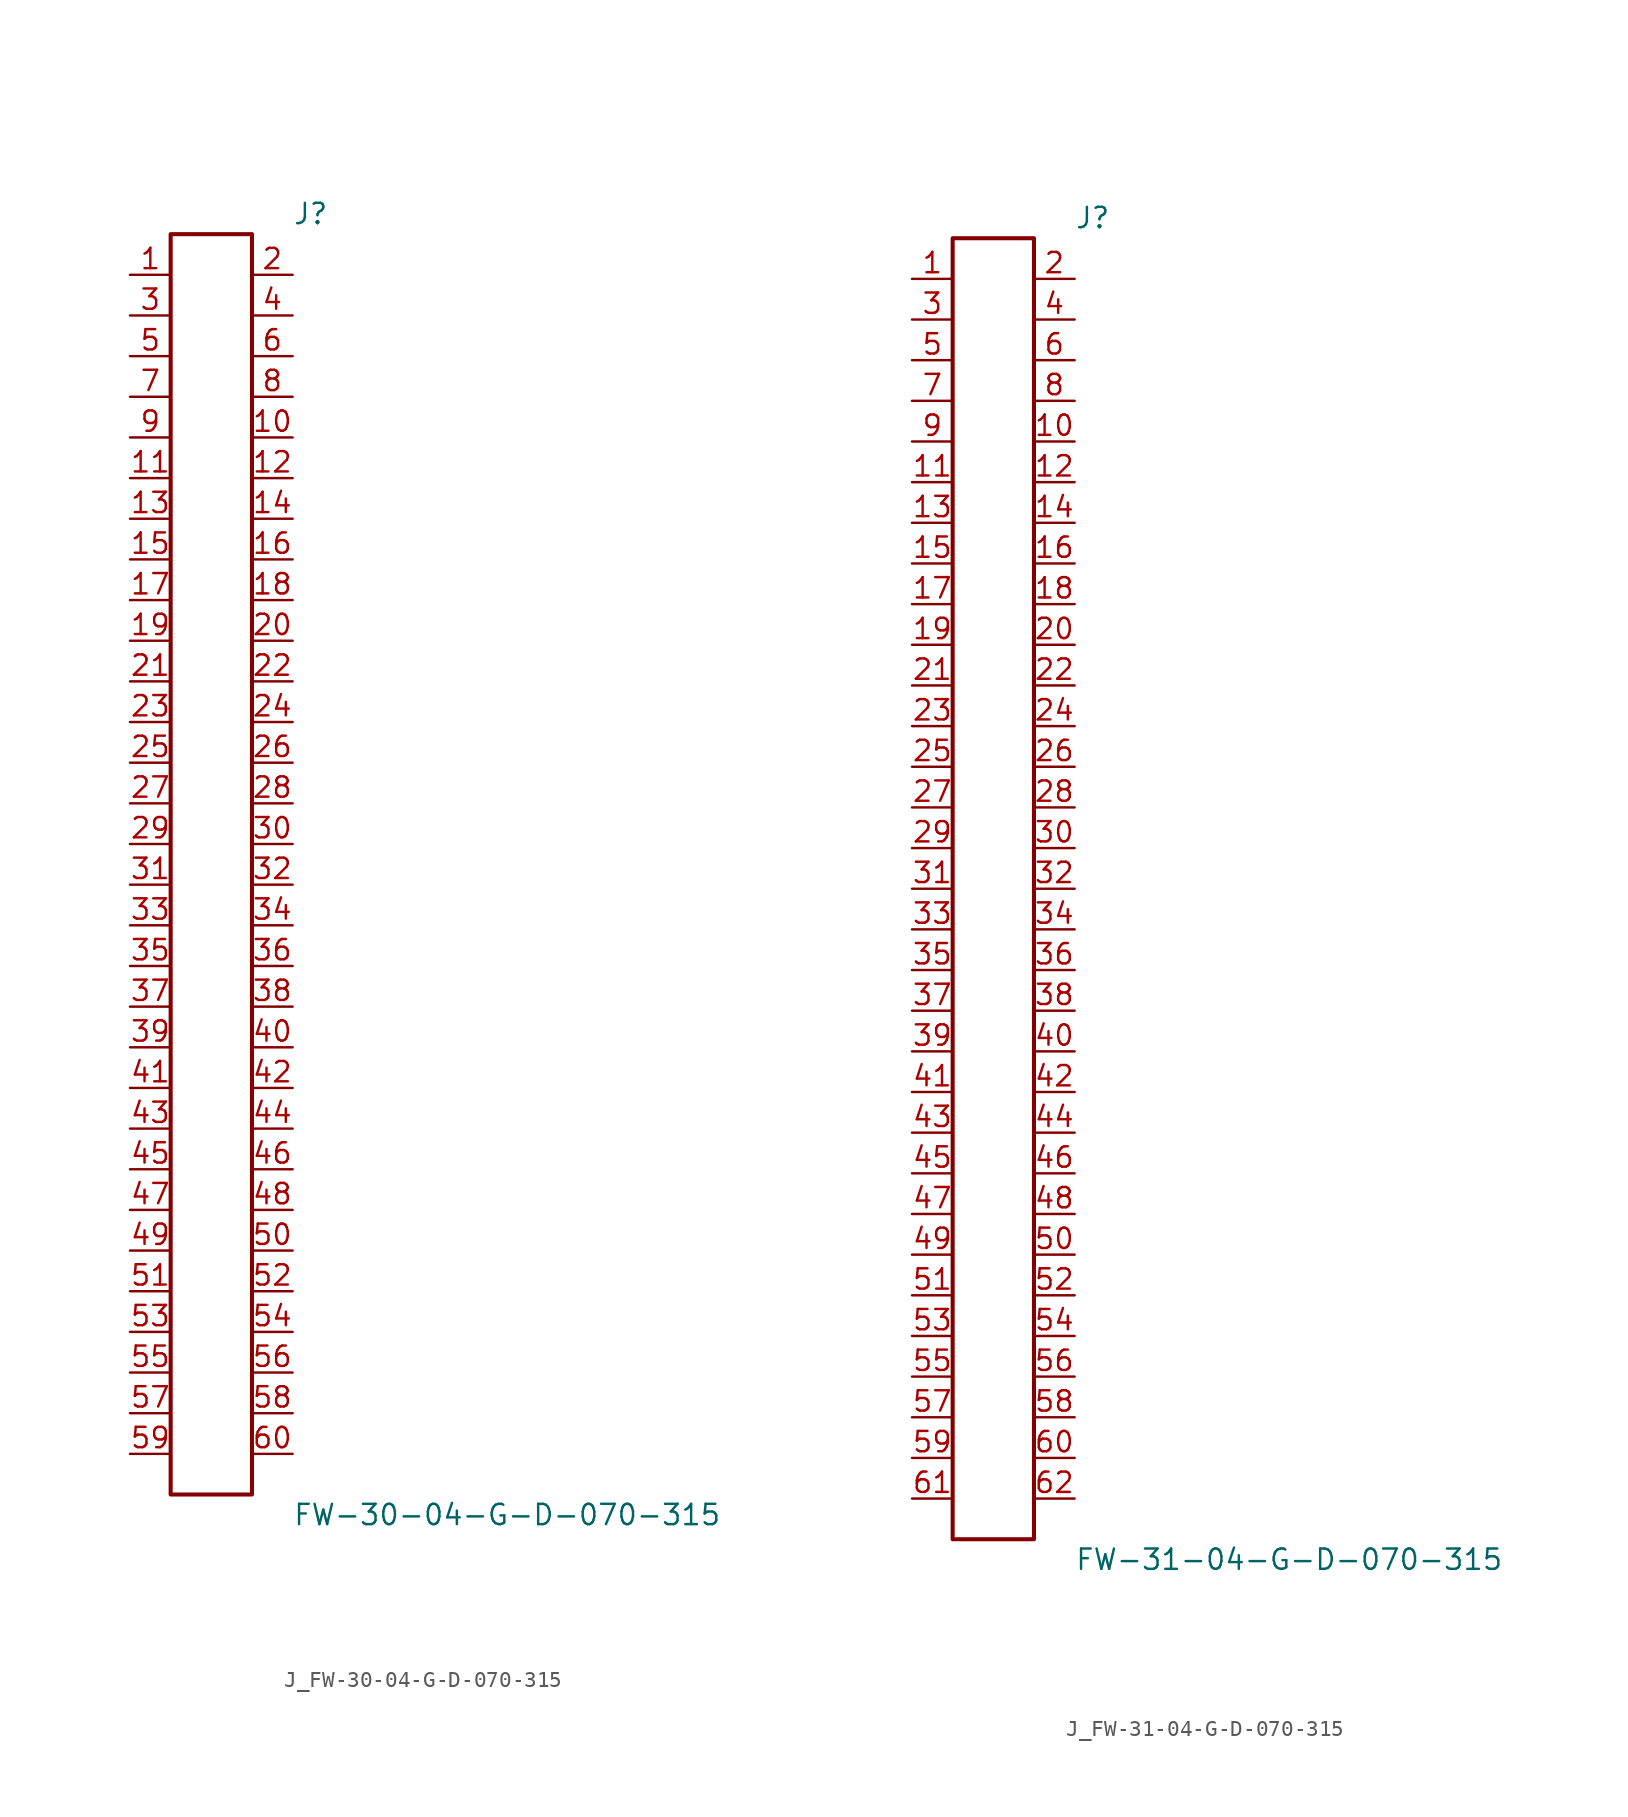
<source format=kicad_sym>
(kicad_symbol_lib
  (version 20231120)
  (generator kicad_symbol_editor)
  (generator_version 8.0)
  (symbol "J_FW-30-04-G-D-070-315"
    (pin_names
      (offset 0.254))
    (property "Reference" "J"
      (at 5.08 40.64 0)
      (effects (font (size 1.27 1.27)) (justify left)))
    (property "Value" "FW-30-04-G-D-070-315"
      (at 5.08 -40.64 0)
      (effects (font (size 1.27 1.27)) (justify left)))
    (symbol "J_FW-30-04-G-D-070-315_0_0"
      (pin passive line (at -5.08 36.83 0) (length 2.54) (name "" (effects (font (size 1.27 1.27)))) (number "1" (effects (font (size 1.27 1.27)))))
      (pin passive line (at 5.08 36.83 180) (length 2.54) (name "" (effects (font (size 1.27 1.27)))) (number "2" (effects (font (size 1.27 1.27)))))
      (pin passive line (at -5.08 34.29 0) (length 2.54) (name "" (effects (font (size 1.27 1.27)))) (number "3" (effects (font (size 1.27 1.27)))))
      (pin passive line (at 5.08 34.29 180) (length 2.54) (name "" (effects (font (size 1.27 1.27)))) (number "4" (effects (font (size 1.27 1.27)))))
      (pin passive line (at -5.08 31.75 0) (length 2.54) (name "" (effects (font (size 1.27 1.27)))) (number "5" (effects (font (size 1.27 1.27)))))
      (pin passive line (at 5.08 31.75 180) (length 2.54) (name "" (effects (font (size 1.27 1.27)))) (number "6" (effects (font (size 1.27 1.27)))))
      (pin passive line (at -5.08 29.21 0) (length 2.54) (name "" (effects (font (size 1.27 1.27)))) (number "7" (effects (font (size 1.27 1.27)))))
      (pin passive line (at 5.08 29.21 180) (length 2.54) (name "" (effects (font (size 1.27 1.27)))) (number "8" (effects (font (size 1.27 1.27)))))
      (pin passive line (at -5.08 26.67 0) (length 2.54) (name "" (effects (font (size 1.27 1.27)))) (number "9" (effects (font (size 1.27 1.27)))))
      (pin passive line (at 5.08 26.67 180) (length 2.54) (name "" (effects (font (size 1.27 1.27)))) (number "10" (effects (font (size 1.27 1.27)))))
      (pin passive line (at -5.08 24.13 0) (length 2.54) (name "" (effects (font (size 1.27 1.27)))) (number "11" (effects (font (size 1.27 1.27)))))
      (pin passive line (at 5.08 24.13 180) (length 2.54) (name "" (effects (font (size 1.27 1.27)))) (number "12" (effects (font (size 1.27 1.27)))))
      (pin passive line (at -5.08 21.59 0) (length 2.54) (name "" (effects (font (size 1.27 1.27)))) (number "13" (effects (font (size 1.27 1.27)))))
      (pin passive line (at 5.08 21.59 180) (length 2.54) (name "" (effects (font (size 1.27 1.27)))) (number "14" (effects (font (size 1.27 1.27)))))
      (pin passive line (at -5.08 19.05 0) (length 2.54) (name "" (effects (font (size 1.27 1.27)))) (number "15" (effects (font (size 1.27 1.27)))))
      (pin passive line (at 5.08 19.05 180) (length 2.54) (name "" (effects (font (size 1.27 1.27)))) (number "16" (effects (font (size 1.27 1.27)))))
      (pin passive line (at -5.08 16.51 0) (length 2.54) (name "" (effects (font (size 1.27 1.27)))) (number "17" (effects (font (size 1.27 1.27)))))
      (pin passive line (at 5.08 16.51 180) (length 2.54) (name "" (effects (font (size 1.27 1.27)))) (number "18" (effects (font (size 1.27 1.27)))))
      (pin passive line (at -5.08 13.97 0) (length 2.54) (name "" (effects (font (size 1.27 1.27)))) (number "19" (effects (font (size 1.27 1.27)))))
      (pin passive line (at 5.08 13.97 180) (length 2.54) (name "" (effects (font (size 1.27 1.27)))) (number "20" (effects (font (size 1.27 1.27)))))
      (pin passive line (at -5.08 11.43 0) (length 2.54) (name "" (effects (font (size 1.27 1.27)))) (number "21" (effects (font (size 1.27 1.27)))))
      (pin passive line (at 5.08 11.43 180) (length 2.54) (name "" (effects (font (size 1.27 1.27)))) (number "22" (effects (font (size 1.27 1.27)))))
      (pin passive line (at -5.08 8.89 0) (length 2.54) (name "" (effects (font (size 1.27 1.27)))) (number "23" (effects (font (size 1.27 1.27)))))
      (pin passive line (at 5.08 8.89 180) (length 2.54) (name "" (effects (font (size 1.27 1.27)))) (number "24" (effects (font (size 1.27 1.27)))))
      (pin passive line (at -5.08 6.35 0) (length 2.54) (name "" (effects (font (size 1.27 1.27)))) (number "25" (effects (font (size 1.27 1.27)))))
      (pin passive line (at 5.08 6.35 180) (length 2.54) (name "" (effects (font (size 1.27 1.27)))) (number "26" (effects (font (size 1.27 1.27)))))
      (pin passive line (at -5.08 3.81 0) (length 2.54) (name "" (effects (font (size 1.27 1.27)))) (number "27" (effects (font (size 1.27 1.27)))))
      (pin passive line (at 5.08 3.81 180) (length 2.54) (name "" (effects (font (size 1.27 1.27)))) (number "28" (effects (font (size 1.27 1.27)))))
      (pin passive line (at -5.08 1.27 0) (length 2.54) (name "" (effects (font (size 1.27 1.27)))) (number "29" (effects (font (size 1.27 1.27)))))
      (pin passive line (at 5.08 1.27 180) (length 2.54) (name "" (effects (font (size 1.27 1.27)))) (number "30" (effects (font (size 1.27 1.27)))))
      (pin passive line (at -5.08 -1.27 0) (length 2.54) (name "" (effects (font (size 1.27 1.27)))) (number "31" (effects (font (size 1.27 1.27)))))
      (pin passive line (at 5.08 -1.27 180) (length 2.54) (name "" (effects (font (size 1.27 1.27)))) (number "32" (effects (font (size 1.27 1.27)))))
      (pin passive line (at -5.08 -3.81 0) (length 2.54) (name "" (effects (font (size 1.27 1.27)))) (number "33" (effects (font (size 1.27 1.27)))))
      (pin passive line (at 5.08 -3.81 180) (length 2.54) (name "" (effects (font (size 1.27 1.27)))) (number "34" (effects (font (size 1.27 1.27)))))
      (pin passive line (at -5.08 -6.35 0) (length 2.54) (name "" (effects (font (size 1.27 1.27)))) (number "35" (effects (font (size 1.27 1.27)))))
      (pin passive line (at 5.08 -6.35 180) (length 2.54) (name "" (effects (font (size 1.27 1.27)))) (number "36" (effects (font (size 1.27 1.27)))))
      (pin passive line (at -5.08 -8.89 0) (length 2.54) (name "" (effects (font (size 1.27 1.27)))) (number "37" (effects (font (size 1.27 1.27)))))
      (pin passive line (at 5.08 -8.89 180) (length 2.54) (name "" (effects (font (size 1.27 1.27)))) (number "38" (effects (font (size 1.27 1.27)))))
      (pin passive line (at -5.08 -11.43 0) (length 2.54) (name "" (effects (font (size 1.27 1.27)))) (number "39" (effects (font (size 1.27 1.27)))))
      (pin passive line (at 5.08 -11.43 180) (length 2.54) (name "" (effects (font (size 1.27 1.27)))) (number "40" (effects (font (size 1.27 1.27)))))
      (pin passive line (at -5.08 -13.97 0) (length 2.54) (name "" (effects (font (size 1.27 1.27)))) (number "41" (effects (font (size 1.27 1.27)))))
      (pin passive line (at 5.08 -13.97 180) (length 2.54) (name "" (effects (font (size 1.27 1.27)))) (number "42" (effects (font (size 1.27 1.27)))))
      (pin passive line (at -5.08 -16.51 0) (length 2.54) (name "" (effects (font (size 1.27 1.27)))) (number "43" (effects (font (size 1.27 1.27)))))
      (pin passive line (at 5.08 -16.51 180) (length 2.54) (name "" (effects (font (size 1.27 1.27)))) (number "44" (effects (font (size 1.27 1.27)))))
      (pin passive line (at -5.08 -19.05 0) (length 2.54) (name "" (effects (font (size 1.27 1.27)))) (number "45" (effects (font (size 1.27 1.27)))))
      (pin passive line (at 5.08 -19.05 180) (length 2.54) (name "" (effects (font (size 1.27 1.27)))) (number "46" (effects (font (size 1.27 1.27)))))
      (pin passive line (at -5.08 -21.59 0) (length 2.54) (name "" (effects (font (size 1.27 1.27)))) (number "47" (effects (font (size 1.27 1.27)))))
      (pin passive line (at 5.08 -21.59 180) (length 2.54) (name "" (effects (font (size 1.27 1.27)))) (number "48" (effects (font (size 1.27 1.27)))))
      (pin passive line (at -5.08 -24.13 0) (length 2.54) (name "" (effects (font (size 1.27 1.27)))) (number "49" (effects (font (size 1.27 1.27)))))
      (pin passive line (at 5.08 -24.13 180) (length 2.54) (name "" (effects (font (size 1.27 1.27)))) (number "50" (effects (font (size 1.27 1.27)))))
      (pin passive line (at -5.08 -26.67 0) (length 2.54) (name "" (effects (font (size 1.27 1.27)))) (number "51" (effects (font (size 1.27 1.27)))))
      (pin passive line (at 5.08 -26.67 180) (length 2.54) (name "" (effects (font (size 1.27 1.27)))) (number "52" (effects (font (size 1.27 1.27)))))
      (pin passive line (at -5.08 -29.21 0) (length 2.54) (name "" (effects (font (size 1.27 1.27)))) (number "53" (effects (font (size 1.27 1.27)))))
      (pin passive line (at 5.08 -29.21 180) (length 2.54) (name "" (effects (font (size 1.27 1.27)))) (number "54" (effects (font (size 1.27 1.27)))))
      (pin passive line (at -5.08 -31.75 0) (length 2.54) (name "" (effects (font (size 1.27 1.27)))) (number "55" (effects (font (size 1.27 1.27)))))
      (pin passive line (at 5.08 -31.75 180) (length 2.54) (name "" (effects (font (size 1.27 1.27)))) (number "56" (effects (font (size 1.27 1.27)))))
      (pin passive line (at -5.08 -34.29 0) (length 2.54) (name "" (effects (font (size 1.27 1.27)))) (number "57" (effects (font (size 1.27 1.27)))))
      (pin passive line (at 5.08 -34.29 180) (length 2.54) (name "" (effects (font (size 1.27 1.27)))) (number "58" (effects (font (size 1.27 1.27)))))
      (pin passive line (at -5.08 -36.83 0) (length 2.54) (name "" (effects (font (size 1.27 1.27)))) (number "59" (effects (font (size 1.27 1.27)))))
      (pin passive line (at 5.08 -36.83 180) (length 2.54) (name "" (effects (font (size 1.27 1.27)))) (number "60" (effects (font (size 1.27 1.27))))))
    (symbol "J_FW-30-04-G-D-070-315_1_0"
      (rectangle (start -2.54 39.37) (end 2.54 -39.37) (stroke (width 0.254) (type solid)) (fill (type none)))))
  (symbol "J_FW-31-04-G-D-070-315"
    (pin_names
      (offset 0.254))
    (property "Reference" "J"
      (at 5.08 41.91 0)
      (effects (font (size 1.27 1.27)) (justify left)))
    (property "Value" "FW-31-04-G-D-070-315"
      (at 5.08 -41.91 0)
      (effects (font (size 1.27 1.27)) (justify left)))
    (symbol "J_FW-31-04-G-D-070-315_0_0"
      (pin passive line (at -5.08 38.1 0) (length 2.54) (name "" (effects (font (size 1.27 1.27)))) (number "1" (effects (font (size 1.27 1.27)))))
      (pin passive line (at 5.08 38.1 180) (length 2.54) (name "" (effects (font (size 1.27 1.27)))) (number "2" (effects (font (size 1.27 1.27)))))
      (pin passive line (at -5.08 35.56 0) (length 2.54) (name "" (effects (font (size 1.27 1.27)))) (number "3" (effects (font (size 1.27 1.27)))))
      (pin passive line (at 5.08 35.56 180) (length 2.54) (name "" (effects (font (size 1.27 1.27)))) (number "4" (effects (font (size 1.27 1.27)))))
      (pin passive line (at -5.08 33.02 0) (length 2.54) (name "" (effects (font (size 1.27 1.27)))) (number "5" (effects (font (size 1.27 1.27)))))
      (pin passive line (at 5.08 33.02 180) (length 2.54) (name "" (effects (font (size 1.27 1.27)))) (number "6" (effects (font (size 1.27 1.27)))))
      (pin passive line (at -5.08 30.48 0) (length 2.54) (name "" (effects (font (size 1.27 1.27)))) (number "7" (effects (font (size 1.27 1.27)))))
      (pin passive line (at 5.08 30.48 180) (length 2.54) (name "" (effects (font (size 1.27 1.27)))) (number "8" (effects (font (size 1.27 1.27)))))
      (pin passive line (at -5.08 27.94 0) (length 2.54) (name "" (effects (font (size 1.27 1.27)))) (number "9" (effects (font (size 1.27 1.27)))))
      (pin passive line (at 5.08 27.94 180) (length 2.54) (name "" (effects (font (size 1.27 1.27)))) (number "10" (effects (font (size 1.27 1.27)))))
      (pin passive line (at -5.08 25.4 0) (length 2.54) (name "" (effects (font (size 1.27 1.27)))) (number "11" (effects (font (size 1.27 1.27)))))
      (pin passive line (at 5.08 25.4 180) (length 2.54) (name "" (effects (font (size 1.27 1.27)))) (number "12" (effects (font (size 1.27 1.27)))))
      (pin passive line (at -5.08 22.86 0) (length 2.54) (name "" (effects (font (size 1.27 1.27)))) (number "13" (effects (font (size 1.27 1.27)))))
      (pin passive line (at 5.08 22.86 180) (length 2.54) (name "" (effects (font (size 1.27 1.27)))) (number "14" (effects (font (size 1.27 1.27)))))
      (pin passive line (at -5.08 20.32 0) (length 2.54) (name "" (effects (font (size 1.27 1.27)))) (number "15" (effects (font (size 1.27 1.27)))))
      (pin passive line (at 5.08 20.32 180) (length 2.54) (name "" (effects (font (size 1.27 1.27)))) (number "16" (effects (font (size 1.27 1.27)))))
      (pin passive line (at -5.08 17.78 0) (length 2.54) (name "" (effects (font (size 1.27 1.27)))) (number "17" (effects (font (size 1.27 1.27)))))
      (pin passive line (at 5.08 17.78 180) (length 2.54) (name "" (effects (font (size 1.27 1.27)))) (number "18" (effects (font (size 1.27 1.27)))))
      (pin passive line (at -5.08 15.24 0) (length 2.54) (name "" (effects (font (size 1.27 1.27)))) (number "19" (effects (font (size 1.27 1.27)))))
      (pin passive line (at 5.08 15.24 180) (length 2.54) (name "" (effects (font (size 1.27 1.27)))) (number "20" (effects (font (size 1.27 1.27)))))
      (pin passive line (at -5.08 12.7 0) (length 2.54) (name "" (effects (font (size 1.27 1.27)))) (number "21" (effects (font (size 1.27 1.27)))))
      (pin passive line (at 5.08 12.7 180) (length 2.54) (name "" (effects (font (size 1.27 1.27)))) (number "22" (effects (font (size 1.27 1.27)))))
      (pin passive line (at -5.08 10.16 0) (length 2.54) (name "" (effects (font (size 1.27 1.27)))) (number "23" (effects (font (size 1.27 1.27)))))
      (pin passive line (at 5.08 10.16 180) (length 2.54) (name "" (effects (font (size 1.27 1.27)))) (number "24" (effects (font (size 1.27 1.27)))))
      (pin passive line (at -5.08 7.62 0) (length 2.54) (name "" (effects (font (size 1.27 1.27)))) (number "25" (effects (font (size 1.27 1.27)))))
      (pin passive line (at 5.08 7.62 180) (length 2.54) (name "" (effects (font (size 1.27 1.27)))) (number "26" (effects (font (size 1.27 1.27)))))
      (pin passive line (at -5.08 5.08 0) (length 2.54) (name "" (effects (font (size 1.27 1.27)))) (number "27" (effects (font (size 1.27 1.27)))))
      (pin passive line (at 5.08 5.08 180) (length 2.54) (name "" (effects (font (size 1.27 1.27)))) (number "28" (effects (font (size 1.27 1.27)))))
      (pin passive line (at -5.08 2.54 0) (length 2.54) (name "" (effects (font (size 1.27 1.27)))) (number "29" (effects (font (size 1.27 1.27)))))
      (pin passive line (at 5.08 2.54 180) (length 2.54) (name "" (effects (font (size 1.27 1.27)))) (number "30" (effects (font (size 1.27 1.27)))))
      (pin passive line (at -5.08 0.0 0) (length 2.54) (name "" (effects (font (size 1.27 1.27)))) (number "31" (effects (font (size 1.27 1.27)))))
      (pin passive line (at 5.08 0.0 180) (length 2.54) (name "" (effects (font (size 1.27 1.27)))) (number "32" (effects (font (size 1.27 1.27)))))
      (pin passive line (at -5.08 -2.54 0) (length 2.54) (name "" (effects (font (size 1.27 1.27)))) (number "33" (effects (font (size 1.27 1.27)))))
      (pin passive line (at 5.08 -2.54 180) (length 2.54) (name "" (effects (font (size 1.27 1.27)))) (number "34" (effects (font (size 1.27 1.27)))))
      (pin passive line (at -5.08 -5.08 0) (length 2.54) (name "" (effects (font (size 1.27 1.27)))) (number "35" (effects (font (size 1.27 1.27)))))
      (pin passive line (at 5.08 -5.08 180) (length 2.54) (name "" (effects (font (size 1.27 1.27)))) (number "36" (effects (font (size 1.27 1.27)))))
      (pin passive line (at -5.08 -7.62 0) (length 2.54) (name "" (effects (font (size 1.27 1.27)))) (number "37" (effects (font (size 1.27 1.27)))))
      (pin passive line (at 5.08 -7.62 180) (length 2.54) (name "" (effects (font (size 1.27 1.27)))) (number "38" (effects (font (size 1.27 1.27)))))
      (pin passive line (at -5.08 -10.16 0) (length 2.54) (name "" (effects (font (size 1.27 1.27)))) (number "39" (effects (font (size 1.27 1.27)))))
      (pin passive line (at 5.08 -10.16 180) (length 2.54) (name "" (effects (font (size 1.27 1.27)))) (number "40" (effects (font (size 1.27 1.27)))))
      (pin passive line (at -5.08 -12.7 0) (length 2.54) (name "" (effects (font (size 1.27 1.27)))) (number "41" (effects (font (size 1.27 1.27)))))
      (pin passive line (at 5.08 -12.7 180) (length 2.54) (name "" (effects (font (size 1.27 1.27)))) (number "42" (effects (font (size 1.27 1.27)))))
      (pin passive line (at -5.08 -15.24 0) (length 2.54) (name "" (effects (font (size 1.27 1.27)))) (number "43" (effects (font (size 1.27 1.27)))))
      (pin passive line (at 5.08 -15.24 180) (length 2.54) (name "" (effects (font (size 1.27 1.27)))) (number "44" (effects (font (size 1.27 1.27)))))
      (pin passive line (at -5.08 -17.78 0) (length 2.54) (name "" (effects (font (size 1.27 1.27)))) (number "45" (effects (font (size 1.27 1.27)))))
      (pin passive line (at 5.08 -17.78 180) (length 2.54) (name "" (effects (font (size 1.27 1.27)))) (number "46" (effects (font (size 1.27 1.27)))))
      (pin passive line (at -5.08 -20.32 0) (length 2.54) (name "" (effects (font (size 1.27 1.27)))) (number "47" (effects (font (size 1.27 1.27)))))
      (pin passive line (at 5.08 -20.32 180) (length 2.54) (name "" (effects (font (size 1.27 1.27)))) (number "48" (effects (font (size 1.27 1.27)))))
      (pin passive line (at -5.08 -22.86 0) (length 2.54) (name "" (effects (font (size 1.27 1.27)))) (number "49" (effects (font (size 1.27 1.27)))))
      (pin passive line (at 5.08 -22.86 180) (length 2.54) (name "" (effects (font (size 1.27 1.27)))) (number "50" (effects (font (size 1.27 1.27)))))
      (pin passive line (at -5.08 -25.4 0) (length 2.54) (name "" (effects (font (size 1.27 1.27)))) (number "51" (effects (font (size 1.27 1.27)))))
      (pin passive line (at 5.08 -25.4 180) (length 2.54) (name "" (effects (font (size 1.27 1.27)))) (number "52" (effects (font (size 1.27 1.27)))))
      (pin passive line (at -5.08 -27.94 0) (length 2.54) (name "" (effects (font (size 1.27 1.27)))) (number "53" (effects (font (size 1.27 1.27)))))
      (pin passive line (at 5.08 -27.94 180) (length 2.54) (name "" (effects (font (size 1.27 1.27)))) (number "54" (effects (font (size 1.27 1.27)))))
      (pin passive line (at -5.08 -30.48 0) (length 2.54) (name "" (effects (font (size 1.27 1.27)))) (number "55" (effects (font (size 1.27 1.27)))))
      (pin passive line (at 5.08 -30.48 180) (length 2.54) (name "" (effects (font (size 1.27 1.27)))) (number "56" (effects (font (size 1.27 1.27)))))
      (pin passive line (at -5.08 -33.02 0) (length 2.54) (name "" (effects (font (size 1.27 1.27)))) (number "57" (effects (font (size 1.27 1.27)))))
      (pin passive line (at 5.08 -33.02 180) (length 2.54) (name "" (effects (font (size 1.27 1.27)))) (number "58" (effects (font (size 1.27 1.27)))))
      (pin passive line (at -5.08 -35.56 0) (length 2.54) (name "" (effects (font (size 1.27 1.27)))) (number "59" (effects (font (size 1.27 1.27)))))
      (pin passive line (at 5.08 -35.56 180) (length 2.54) (name "" (effects (font (size 1.27 1.27)))) (number "60" (effects (font (size 1.27 1.27)))))
      (pin passive line (at -5.08 -38.1 0) (length 2.54) (name "" (effects (font (size 1.27 1.27)))) (number "61" (effects (font (size 1.27 1.27)))))
      (pin passive line (at 5.08 -38.1 180) (length 2.54) (name "" (effects (font (size 1.27 1.27)))) (number "62" (effects (font (size 1.27 1.27))))))
    (symbol "J_FW-31-04-G-D-070-315_1_0"
      (rectangle (start -2.54 40.64) (end 2.54 -40.64) (stroke (width 0.254) (type solid)) (fill (type none))))))
</source>
